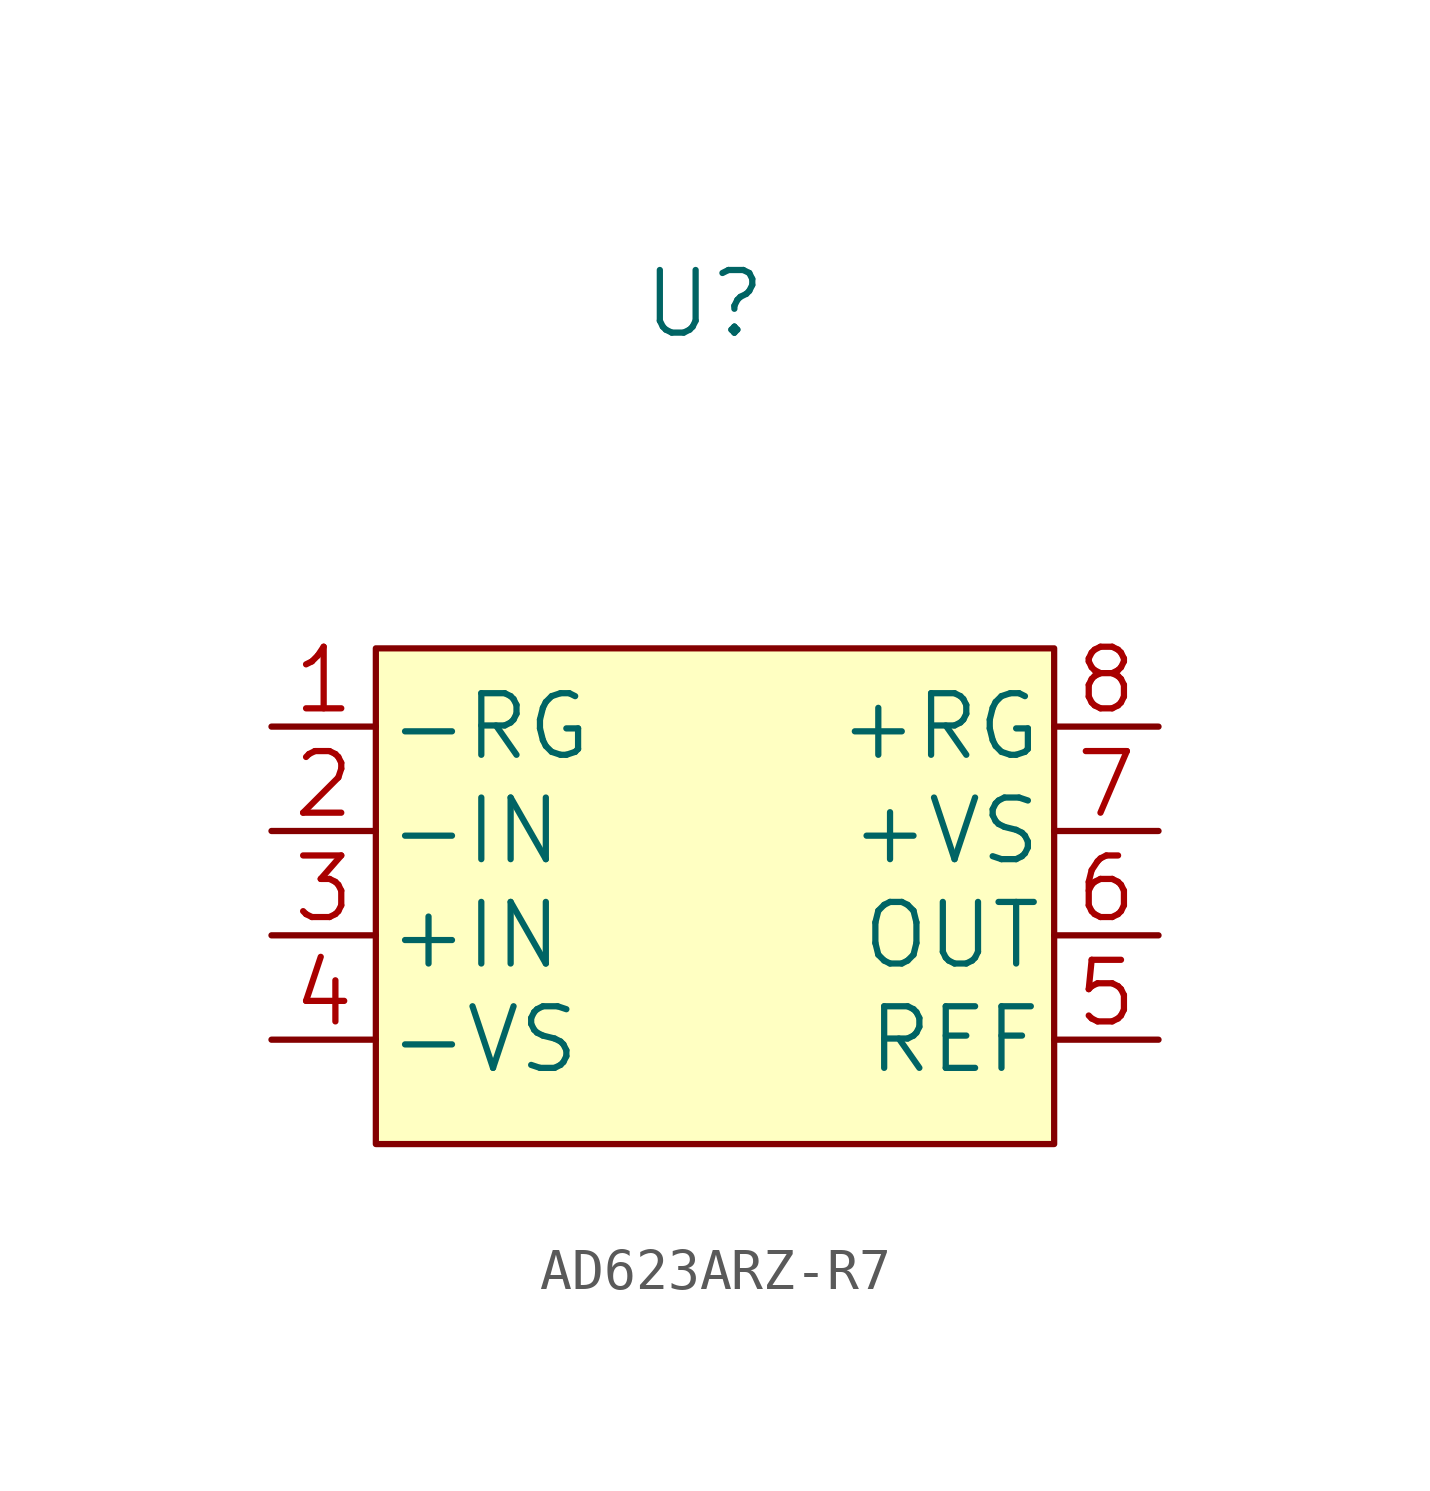
<source format=kicad_sym>
(kicad_symbol_lib
  (version 20220914)
  (generator kicad_symbol_editor)
  (symbol "AD623ARZ-R7"
    (pin_names
      (offset 0.254))
    (property "Reference" "U"
      (at -1.524 12.192 0)
      (effects (font (size 1.524 1.524))))
    (symbol "AD623ARZ-R7_0_1"
      (rectangle (start -9.525 3.81) (end 6.985 -8.255) (stroke (width 0.152) (type default)) (fill (type background))))
    (symbol "AD623ARZ-R7_1_1"
      (pin passive line (at -12.065 1.905 0) (length 2.54) (name "-RG" (effects (font (size 1.499 1.499)))) (number "1" (effects (font (size 1.499 1.499)))))
      (pin input line (at -12.065 -0.635 0) (length 2.54) (name "-IN" (effects (font (size 1.499 1.499)))) (number "2" (effects (font (size 1.499 1.499)))))
      (pin input line (at -12.065 -3.175 0) (length 2.54) (name "+IN" (effects (font (size 1.499 1.499)))) (number "3" (effects (font (size 1.499 1.499)))))
      (pin power_in line (at -12.065 -5.715 0) (length 2.54) (name "-VS" (effects (font (size 1.499 1.499)))) (number "4" (effects (font (size 1.499 1.499)))))
      (pin input line (at 9.525 -5.715 180) (length 2.54) (name "REF" (effects (font (size 1.499 1.499)))) (number "5" (effects (font (size 1.499 1.499)))))
      (pin output line (at 9.525 -3.175 180) (length 2.54) (name "OUT" (effects (font (size 1.499 1.499)))) (number "6" (effects (font (size 1.499 1.499)))))
      (pin power_in line (at 9.525 -0.635 180) (length 2.54) (name "+VS" (effects (font (size 1.499 1.499)))) (number "7" (effects (font (size 1.499 1.499)))))
      (pin passive line (at 9.525 1.905 180) (length 2.54) (name "+RG" (effects (font (size 1.499 1.499)))) (number "8" (effects (font (size 1.499 1.499))))))))
</source>
